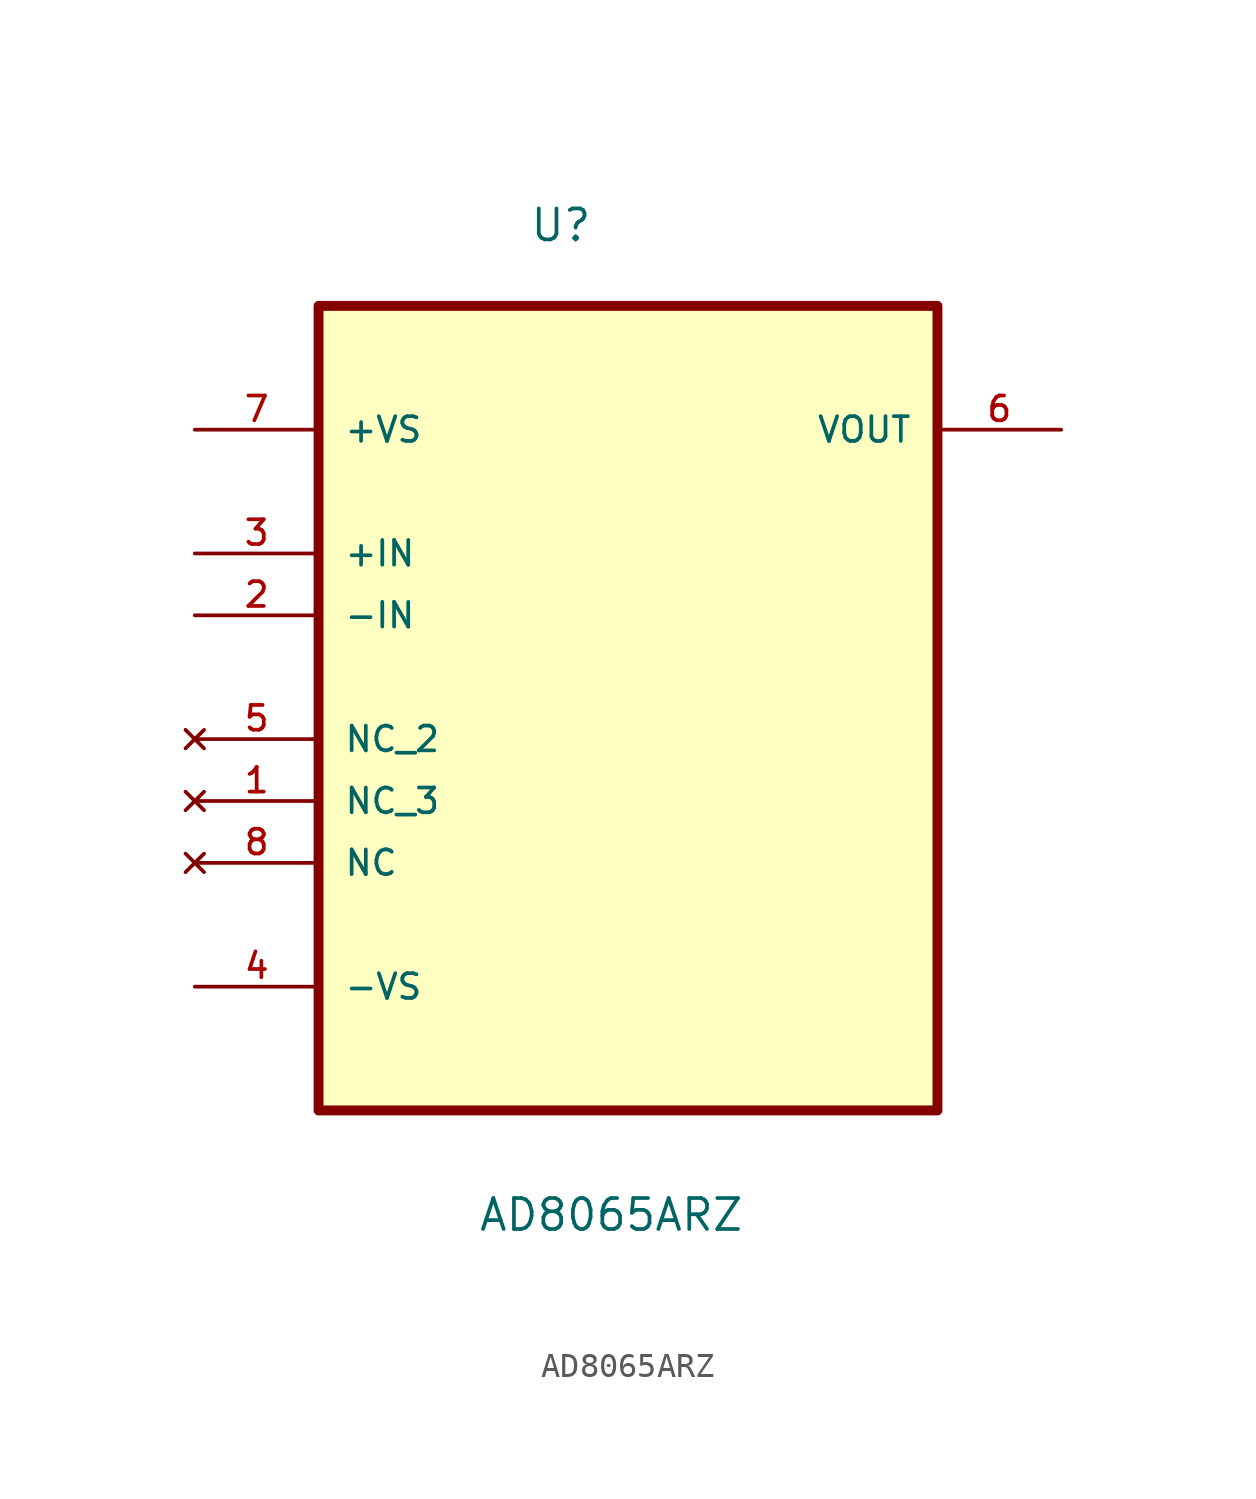
<source format=kicad_sym>
(kicad_symbol_lib
  (version 20211014)
  (generator kicad_symbol_editor)
  (symbol "AD8065ARZ"
    (pin_names
      (offset 1.016))
    (property "Reference" "U"
      (at -4.064 15.265 0.0)
      (effects (font (size 1.27 1.27)) (justify bottom left)))
    (property "Value" "AD8065ARZ"
      (at -6.172 -25.349 0.0)
      (effects (font (size 1.27 1.27)) (justify bottom left)))
    (symbol "AD8065ARZ_0_0"
      (rectangle (start -12.7 -20.32) (end 12.7 12.7) (stroke (width 0.406)) (fill (type background)))
      (pin power_in line (at -17.78 7.62 0) (length 5.08) (name "+VS" (effects (font (size 1.016 1.016)))) (number "7" (effects (font (size 1.016 1.016)))))
      (pin input line (at -17.78 2.54 0) (length 5.08) (name "+IN" (effects (font (size 1.016 1.016)))) (number "3" (effects (font (size 1.016 1.016)))))
      (pin input line (at -17.78 0.0 0) (length 5.08) (name "-IN" (effects (font (size 1.016 1.016)))) (number "2" (effects (font (size 1.016 1.016)))))
      (pin no_connect line (at -17.78 -5.08 0) (length 5.08) (name "NC_2" (effects (font (size 1.016 1.016)))) (number "5" (effects (font (size 1.016 1.016)))))
      (pin no_connect line (at -17.78 -7.62 0) (length 5.08) (name "NC_3" (effects (font (size 1.016 1.016)))) (number "1" (effects (font (size 1.016 1.016)))))
      (pin no_connect line (at -17.78 -10.16 0) (length 5.08) (name "NC" (effects (font (size 1.016 1.016)))) (number "8" (effects (font (size 1.016 1.016)))))
      (pin power_in line (at -17.78 -15.24 0) (length 5.08) (name "-VS" (effects (font (size 1.016 1.016)))) (number "4" (effects (font (size 1.016 1.016)))))
      (pin output line (at 17.78 7.62 180.0) (length 5.08) (name "VOUT" (effects (font (size 1.016 1.016)))) (number "6" (effects (font (size 1.016 1.016))))))))
</source>
